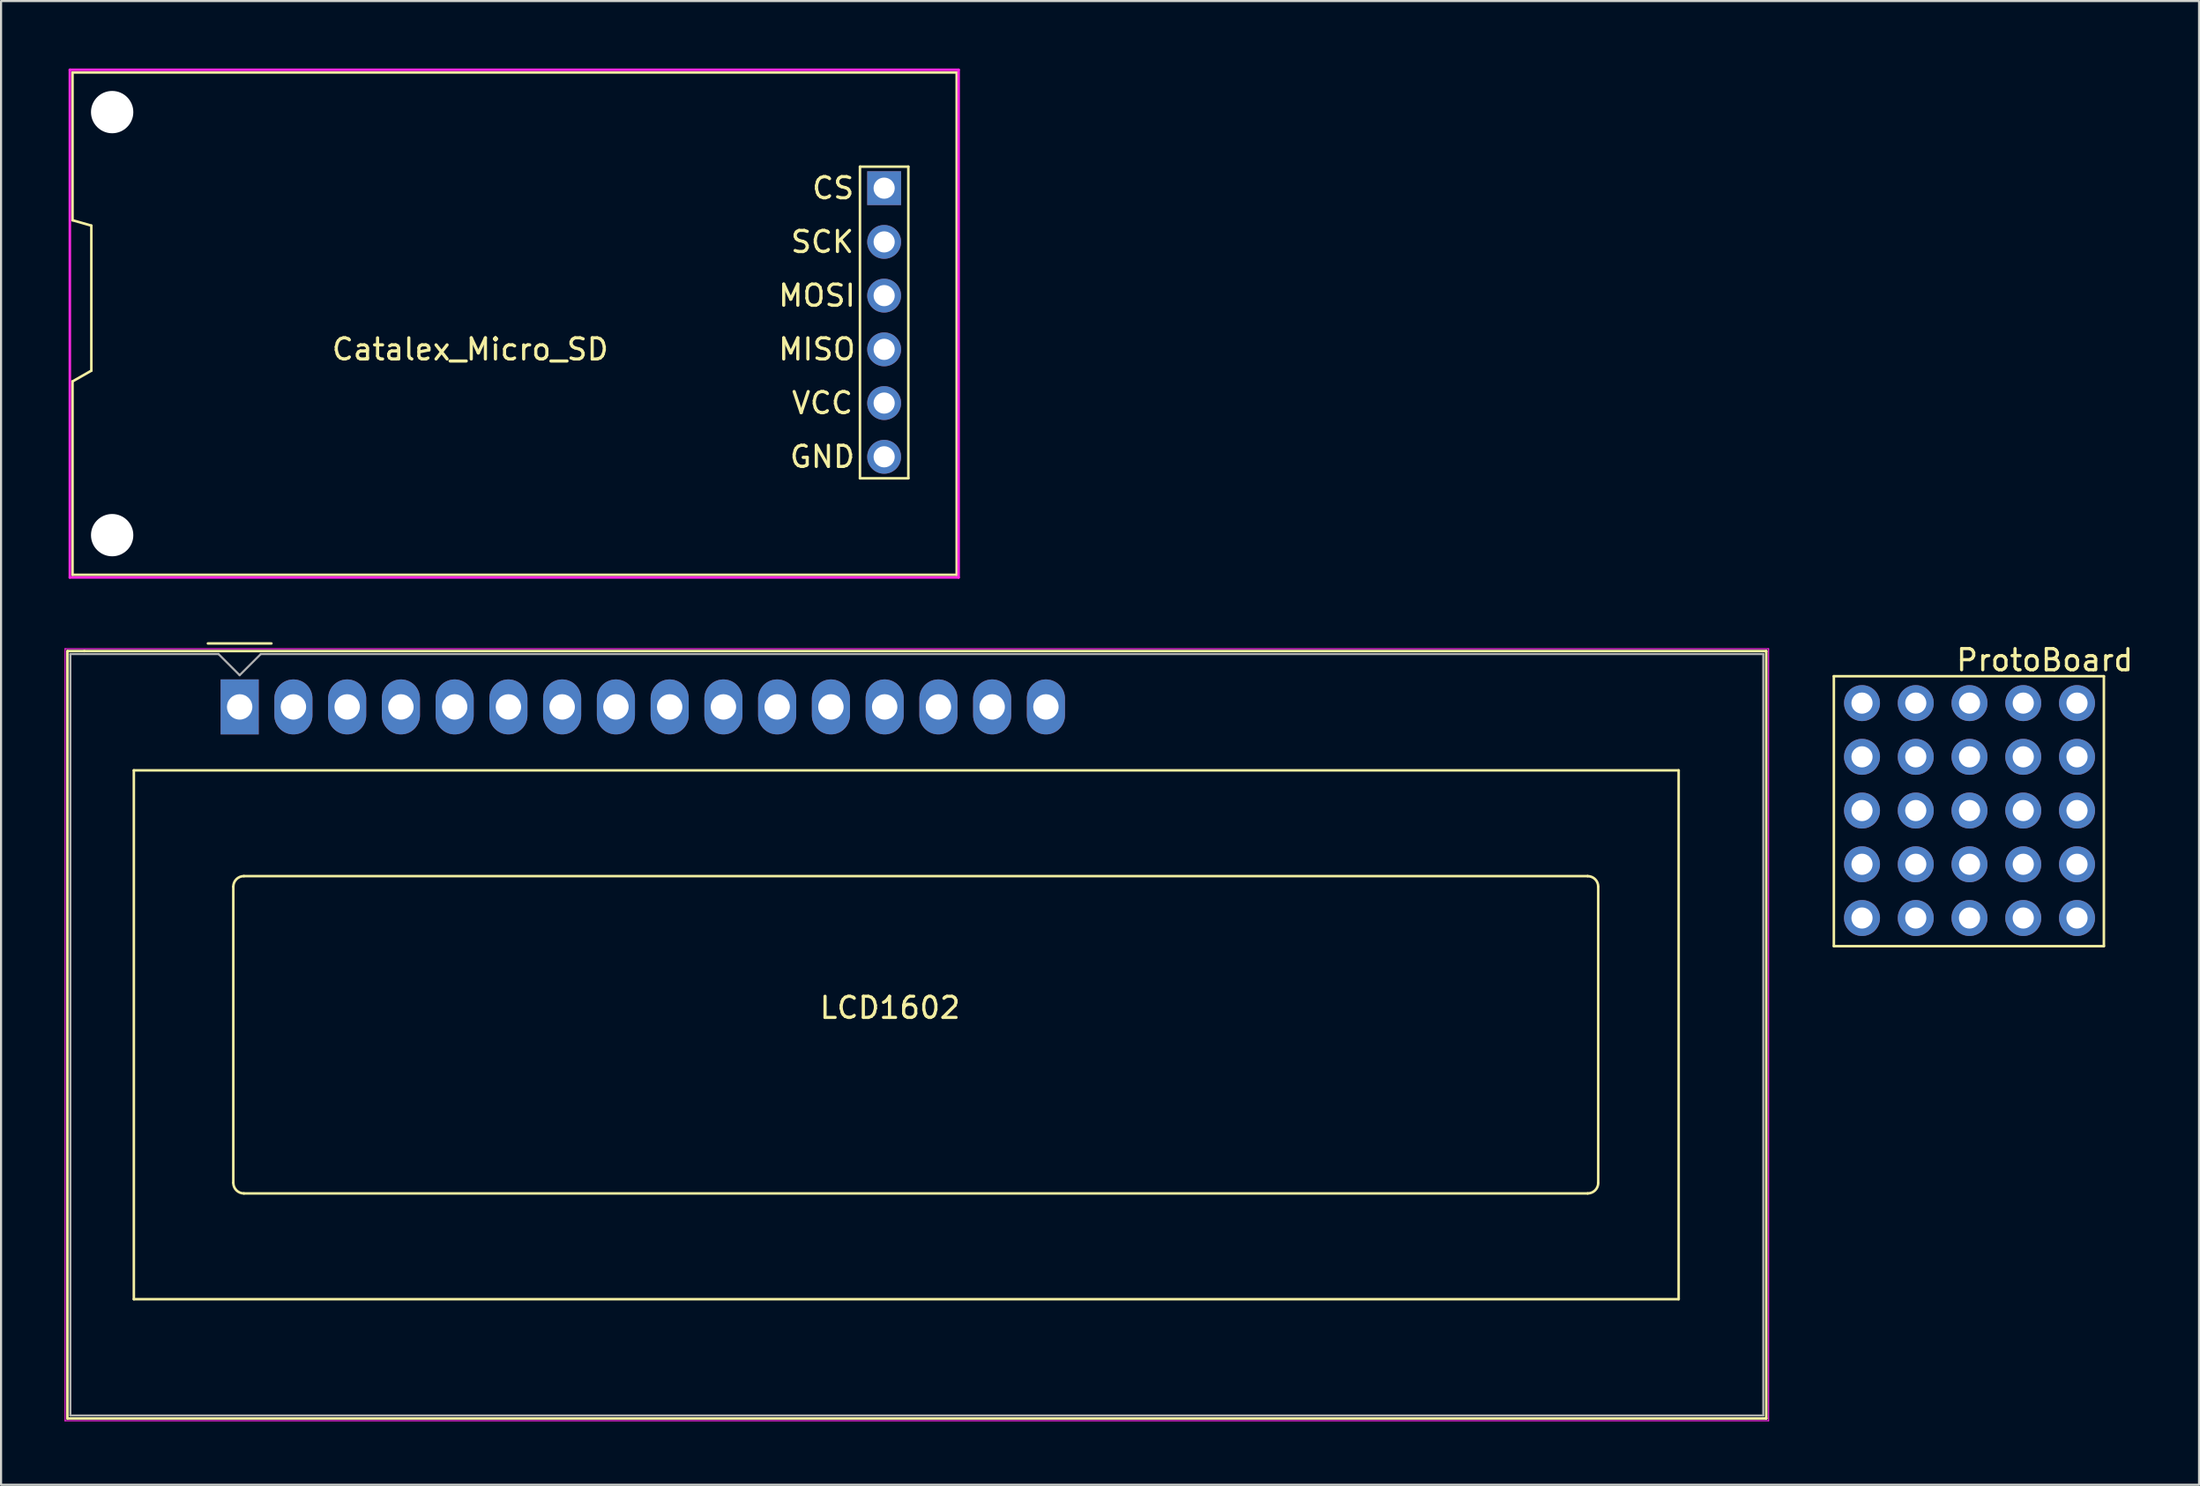
<source format=kicad_pcb>
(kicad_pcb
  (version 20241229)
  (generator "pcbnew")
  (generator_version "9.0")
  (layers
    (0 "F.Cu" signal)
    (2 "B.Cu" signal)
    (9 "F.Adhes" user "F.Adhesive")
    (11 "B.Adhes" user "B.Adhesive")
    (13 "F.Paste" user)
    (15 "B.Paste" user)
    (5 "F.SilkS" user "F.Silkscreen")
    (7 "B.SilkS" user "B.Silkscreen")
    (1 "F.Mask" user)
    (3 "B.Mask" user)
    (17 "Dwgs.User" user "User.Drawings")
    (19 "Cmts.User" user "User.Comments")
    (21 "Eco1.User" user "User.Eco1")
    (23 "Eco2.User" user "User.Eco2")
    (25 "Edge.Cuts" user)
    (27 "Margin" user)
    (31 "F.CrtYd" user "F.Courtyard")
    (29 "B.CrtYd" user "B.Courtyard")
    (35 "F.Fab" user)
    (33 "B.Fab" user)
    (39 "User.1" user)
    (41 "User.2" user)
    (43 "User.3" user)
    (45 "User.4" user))
  (footprint "LCD1602"
    (layer "F.Cu")
    (at 8.275 30.37)
    (property "Reference" "LCD1602" (at 30.734 14.224 0) (layer "F.SilkS") (effects (font (size 1 1) (thickness 0.15))))
    (attr through_hole)
    (fp_line (start -8.14 -2.64) (end -8.14 33.64) (stroke (width 0.12) (type solid)) (layer "F.SilkS"))
    (fp_line (start -8.14 33.64) (end 72.14 33.64) (stroke (width 0.12) (type solid)) (layer "F.SilkS"))
    (fp_line (start -8.13 -2.64) (end -7.34 -2.64) (stroke (width 0.12) (type solid)) (layer "F.SilkS"))
    (fp_line (start -5 3) (end 68 3) (stroke (width 0.12) (type solid)) (layer "F.SilkS"))
    (fp_line (start -5 28) (end -5 3) (stroke (width 0.12) (type solid)) (layer "F.SilkS"))
    (fp_line (start -1.5 -3) (end 1.5 -3) (stroke (width 0.12) (type solid)) (layer "F.SilkS"))
    (fp_line (start -0.3 22.499) (end -0.3 8.5) (stroke (width 0.12) (type solid)) (layer "F.SilkS"))
    (fp_line (start 0.2 8) (end 63.7 8) (stroke (width 0.12) (type solid)) (layer "F.SilkS"))
    (fp_line (start 63.701 23) (end 0.2 23) (stroke (width 0.12) (type solid)) (layer "F.SilkS"))
    (fp_line (start 64.2 8.5) (end 64.2 22.5) (stroke (width 0.12) (type solid)) (layer "F.SilkS"))
    (fp_line (start 68 3) (end 68 28) (stroke (width 0.12) (type solid)) (layer "F.SilkS"))
    (fp_line (start 68 28) (end -5 28) (stroke (width 0.12) (type solid)) (layer "F.SilkS"))
    (fp_line (start 72.14 -2.64) (end -7.34 -2.64) (stroke (width 0.12) (type solid)) (layer "F.SilkS"))
    (fp_line (start 72.14 33.64) (end 72.14 -2.64) (stroke (width 0.12) (type solid)) (layer "F.SilkS"))
    (fp_arc (start -0.29972 8.49884) (mid -0.153162 8.145018) (end 0.20066 7.99846) (stroke (width 0.12) (type solid)) (layer "F.SilkS"))
    (fp_arc (start 0.20066 22.9997) (mid -0.153162 22.853142) (end -0.29972 22.49932) (stroke (width 0.12) (type solid)) (layer "F.SilkS"))
    (fp_arc (start 63.7 8) (mid 64.053553 8.146447) (end 64.2 8.5) (stroke (width 0.12) (type solid)) (layer "F.SilkS"))
    (fp_arc (start 64.20104 22.49932) (mid 64.054473 22.853115) (end 63.70066 22.9997) (stroke (width 0.12) (type solid)) (layer "F.SilkS"))
    (fp_line (start -8.25 -2.75) (end -8.25 33.75) (stroke (width 0.05) (type solid)) (layer "F.CrtYd"))
    (fp_line (start -8.25 -2.75) (end 72.25 -2.75) (stroke (width 0.05) (type solid)) (layer "F.CrtYd"))
    (fp_line (start -8.25 33.75) (end 72.25 33.75) (stroke (width 0.05) (type solid)) (layer "F.CrtYd"))
    (fp_line (start 72.25 -2.75) (end 72.25 33.75) (stroke (width 0.05) (type solid)) (layer "F.CrtYd"))
    (fp_line (start -8 33.5) (end -8 -2.5) (stroke (width 0.1) (type solid)) (layer "F.Fab"))
    (fp_line (start -1 -2.5) (end -8 -2.5) (stroke (width 0.1) (type solid)) (layer "F.Fab"))
    (fp_line (start 0 -1.5) (end -1 -2.5) (stroke (width 0.1) (type solid)) (layer "F.Fab"))
    (fp_line (start 1 -2.5) (end 0 -1.5) (stroke (width 0.1) (type solid)) (layer "F.Fab"))
    (fp_line (start 1 -2.5) (end 72 -2.5) (stroke (width 0.1) (type solid)) (layer "F.Fab"))
    (fp_line (start 72 -2.5) (end 72 33.5) (stroke (width 0.1) (type solid)) (layer "F.Fab"))
    (fp_line (start 72 33.5) (end -8 33.5) (stroke (width 0.1) (type solid)) (layer "F.Fab"))
    (pad "1" thru_hole rect (at 0 0) (size 1.8 2.6) (drill 1.2) (layers "*.Cu" "*.Mask"))
    (pad "2" thru_hole oval (at 2.54 0) (size 1.8 2.6) (drill 1.2) (layers "*.Cu" "*.Mask"))
    (pad "3" thru_hole oval (at 5.08 0) (size 1.8 2.6) (drill 1.2) (layers "*.Cu" "*.Mask"))
    (pad "4" thru_hole oval (at 7.62 0) (size 1.8 2.6) (drill 1.2) (layers "*.Cu" "*.Mask"))
    (pad "5" thru_hole oval (at 10.16 0) (size 1.8 2.6) (drill 1.2) (layers "*.Cu" "*.Mask"))
    (pad "6" thru_hole oval (at 12.7 0) (size 1.8 2.6) (drill 1.2) (layers "*.Cu" "*.Mask"))
    (pad "7" thru_hole oval (at 15.24 0) (size 1.8 2.6) (drill 1.2) (layers "*.Cu" "*.Mask"))
    (pad "8" thru_hole oval (at 17.78 0) (size 1.8 2.6) (drill 1.2) (layers "*.Cu" "*.Mask"))
    (pad "9" thru_hole oval (at 20.32 0) (size 1.8 2.6) (drill 1.2) (layers "*.Cu" "*.Mask"))
    (pad "10" thru_hole oval (at 22.86 0) (size 1.8 2.6) (drill 1.2) (layers "*.Cu" "*.Mask"))
    (pad "11" thru_hole oval (at 25.4 0) (size 1.8 2.6) (drill 1.2) (layers "*.Cu" "*.Mask"))
    (pad "12" thru_hole oval (at 27.94 0) (size 1.8 2.6) (drill 1.2) (layers "*.Cu" "*.Mask"))
    (pad "13" thru_hole oval (at 30.48 0) (size 1.8 2.6) (drill 1.2) (layers "*.Cu" "*.Mask"))
    (pad "14" thru_hole oval (at 33.02 0) (size 1.8 2.6) (drill 1.2) (layers "*.Cu" "*.Mask"))
    (pad "15" thru_hole oval (at 35.56 0) (size 1.8 2.6) (drill 1.2) (layers "*.Cu" "*.Mask"))
    (pad "16" thru_hole oval (at 38.1 0) (size 1.8 2.6) (drill 1.2) (layers "*.Cu" "*.Mask")))
  (footprint "Catalex_Micro_SD"
    (layer "F.Cu")
    (at 0.25 0.25)
    (property "Reference" "Catalex_Micro_SD" (at 18.923 13.216 180) (layer "F.SilkS") (effects (font (size 1 1) (thickness 0.15))))
    (attr through_hole)
    (fp_line (start 0.127 0.127) (end 41.91 0.127) (stroke (width 0.12) (type solid)) (layer "F.SilkS"))
    (fp_line (start 0.127 7.112) (end 0.127 0.127) (stroke (width 0.12) (type solid)) (layer "F.SilkS"))
    (fp_line (start 0.127 14.732) (end 0.127 23.876) (stroke (width 0.12) (type solid)) (layer "F.SilkS"))
    (fp_line (start 0.127 14.732) (end 1.016 14.224) (stroke (width 0.12) (type solid)) (layer "F.SilkS"))
    (fp_line (start 1.016 7.366) (end 0.127 7.112) (stroke (width 0.12) (type solid)) (layer "F.SilkS"))
    (fp_line (start 1.016 14.224) (end 1.016 7.366) (stroke (width 0.12) (type solid)) (layer "F.SilkS"))
    (fp_line (start 37.338 4.58) (end 39.624 4.58) (stroke (width 0.12) (type solid)) (layer "F.SilkS"))
    (fp_line (start 37.338 19.312) (end 37.338 4.58) (stroke (width 0.12) (type solid)) (layer "F.SilkS"))
    (fp_line (start 39.624 4.58) (end 39.624 19.312) (stroke (width 0.12) (type solid)) (layer "F.SilkS"))
    (fp_line (start 39.624 19.312) (end 37.338 19.312) (stroke (width 0.12) (type solid)) (layer "F.SilkS"))
    (fp_line (start 41.91 0.127) (end 41.91 23.876) (stroke (width 0.12) (type solid)) (layer "F.SilkS"))
    (fp_line (start 41.91 23.876) (end 0.127 23.876) (stroke (width 0.12) (type solid)) (layer "F.SilkS"))
    (fp_line (start 0 0) (end 42 0) (stroke (width 0.12) (type solid)) (layer "F.CrtYd"))
    (fp_line (start 0 24) (end 0 0) (stroke (width 0.12) (type solid)) (layer "F.CrtYd"))
    (fp_line (start 0 24) (end 42 24) (stroke (width 0.12) (type solid)) (layer "F.CrtYd"))
    (fp_line (start 42 0) (end 42 24) (stroke (width 0.12) (type solid)) (layer "F.CrtYd"))
    (fp_text user "GND" (at 35.56 18.296 180) (layer "F.SilkS") (effects (font (size 1 1) (thickness 0.15))))
    (fp_text user "CS" (at 36.068 5.596 180) (layer "F.SilkS") (effects (font (size 1 1) (thickness 0.15))))
    (fp_text user "SCK" (at 35.56 8.136 180) (layer "F.SilkS") (effects (font (size 1 1) (thickness 0.15))))
    (fp_text user "MISO" (at 35.306 13.216 180) (layer "F.SilkS") (effects (font (size 1 1) (thickness 0.15))))
    (fp_text user "MOSI" (at 35.306 10.676 180) (layer "F.SilkS") (effects (font (size 1 1) (thickness 0.15))))
    (fp_text user "VCC" (at 35.56 15.756 180) (layer "F.SilkS") (effects (font (size 1 1) (thickness 0.15))))
    (pad "" np_thru_hole circle (at 2 2) (size 2 2) (drill 2) (layers "*.Cu" "*.Mask"))
    (pad "" np_thru_hole circle (at 2 22) (size 2 2) (drill 2) (layers "*.Cu" "*.Mask"))
    (pad "1" thru_hole rect (at 38.481 5.596) (size 1.6 1.6) (drill 1) (layers "*.Cu" "*.Mask"))
    (pad "2" thru_hole oval (at 38.481 8.136) (size 1.6 1.6) (drill 1) (layers "*.Cu" "*.Mask"))
    (pad "3" thru_hole oval (at 38.481 10.676) (size 1.6 1.6) (drill 1) (layers "*.Cu" "*.Mask"))
    (pad "4" thru_hole oval (at 38.481 13.216) (size 1.6 1.6) (drill 1) (layers "*.Cu" "*.Mask"))
    (pad "5" thru_hole oval (at 38.481 15.756) (size 1.6 1.6) (drill 1) (layers "*.Cu" "*.Mask"))
    (pad "6" thru_hole oval (at 38.481 18.296) (size 1.6 1.6) (drill 1) (layers "*.Cu" "*.Mask")))
  (footprint "ProtoBoard"
    (layer "F.Cu")
    (at 84.94 30.19)
    (property "Reference" "ProtoBoard" (at 8.636 -2.032 0) (layer "F.SilkS") (effects (font (size 1 1) (thickness 0.15))))
    (attr through_hole)
    (fp_line (start -1.33 -1.27) (end -1.33 11.49) (stroke (width 0.12) (type solid)) (layer "F.SilkS"))
    (fp_line (start -1.33 -1.27) (end 11.43 -1.27) (stroke (width 0.12) (type solid)) (layer "F.SilkS"))
    (fp_line (start -1.33 11.49) (end 11.43 11.49) (stroke (width 0.12) (type solid)) (layer "F.SilkS"))
    (fp_line (start 11.43 -1.27) (end 11.43 11.49) (stroke (width 0.12) (type solid)) (layer "F.SilkS"))
    (pad "" thru_hole circle (at 0 0) (size 1.7 1.7) (drill 1) (layers "*.Cu" "*.Mask"))
    (pad "" thru_hole oval (at 0 2.54) (size 1.7 1.7) (drill 1) (layers "*.Cu" "*.Mask"))
    (pad "" thru_hole oval (at 0 5.08) (size 1.7 1.7) (drill 1) (layers "*.Cu" "*.Mask"))
    (pad "" thru_hole oval (at 0 7.62) (size 1.7 1.7) (drill 1) (layers "*.Cu" "*.Mask"))
    (pad "" thru_hole oval (at 0 10.16) (size 1.7 1.7) (drill 1) (layers "*.Cu" "*.Mask"))
    (pad "" thru_hole circle (at 2.54 0) (size 1.7 1.7) (drill 1) (layers "*.Cu" "*.Mask"))
    (pad "" thru_hole oval (at 2.54 2.54) (size 1.7 1.7) (drill 1) (layers "*.Cu" "*.Mask"))
    (pad "" thru_hole oval (at 2.54 5.08) (size 1.7 1.7) (drill 1) (layers "*.Cu" "*.Mask"))
    (pad "" thru_hole oval (at 2.54 7.62) (size 1.7 1.7) (drill 1) (layers "*.Cu" "*.Mask"))
    (pad "" thru_hole oval (at 2.54 10.16) (size 1.7 1.7) (drill 1) (layers "*.Cu" "*.Mask"))
    (pad "" thru_hole circle (at 5.08 0) (size 1.7 1.7) (drill 1) (layers "*.Cu" "*.Mask"))
    (pad "" thru_hole oval (at 5.08 2.54) (size 1.7 1.7) (drill 1) (layers "*.Cu" "*.Mask"))
    (pad "" thru_hole oval (at 5.08 5.08) (size 1.7 1.7) (drill 1) (layers "*.Cu" "*.Mask"))
    (pad "" thru_hole oval (at 5.08 7.62) (size 1.7 1.7) (drill 1) (layers "*.Cu" "*.Mask"))
    (pad "" thru_hole oval (at 5.08 10.16) (size 1.7 1.7) (drill 1) (layers "*.Cu" "*.Mask"))
    (pad "" thru_hole circle (at 7.62 0) (size 1.7 1.7) (drill 1) (layers "*.Cu" "*.Mask"))
    (pad "" thru_hole oval (at 7.62 2.54) (size 1.7 1.7) (drill 1) (layers "*.Cu" "*.Mask"))
    (pad "" thru_hole oval (at 7.62 5.08) (size 1.7 1.7) (drill 1) (layers "*.Cu" "*.Mask"))
    (pad "" thru_hole oval (at 7.62 7.62) (size 1.7 1.7) (drill 1) (layers "*.Cu" "*.Mask"))
    (pad "" thru_hole oval (at 7.62 10.16) (size 1.7 1.7) (drill 1) (layers "*.Cu" "*.Mask"))
    (pad "" thru_hole circle (at 10.16 0) (size 1.7 1.7) (drill 1) (layers "*.Cu" "*.Mask"))
    (pad "" thru_hole oval (at 10.16 2.54) (size 1.7 1.7) (drill 1) (layers "*.Cu" "*.Mask"))
    (pad "" thru_hole oval (at 10.16 5.08) (size 1.7 1.7) (drill 1) (layers "*.Cu" "*.Mask"))
    (pad "" thru_hole oval (at 10.16 7.62) (size 1.7 1.7) (drill 1) (layers "*.Cu" "*.Mask"))
    (pad "" thru_hole oval (at 10.16 10.16) (size 1.7 1.7) (drill 1) (layers "*.Cu" "*.Mask")))
  (gr_rect
    (start -3 -3)
    (end 100.868 67.145)
    (stroke (width 0.1) (type default))
    (fill no)
    (layer "Edge.Cuts")))
</source>
